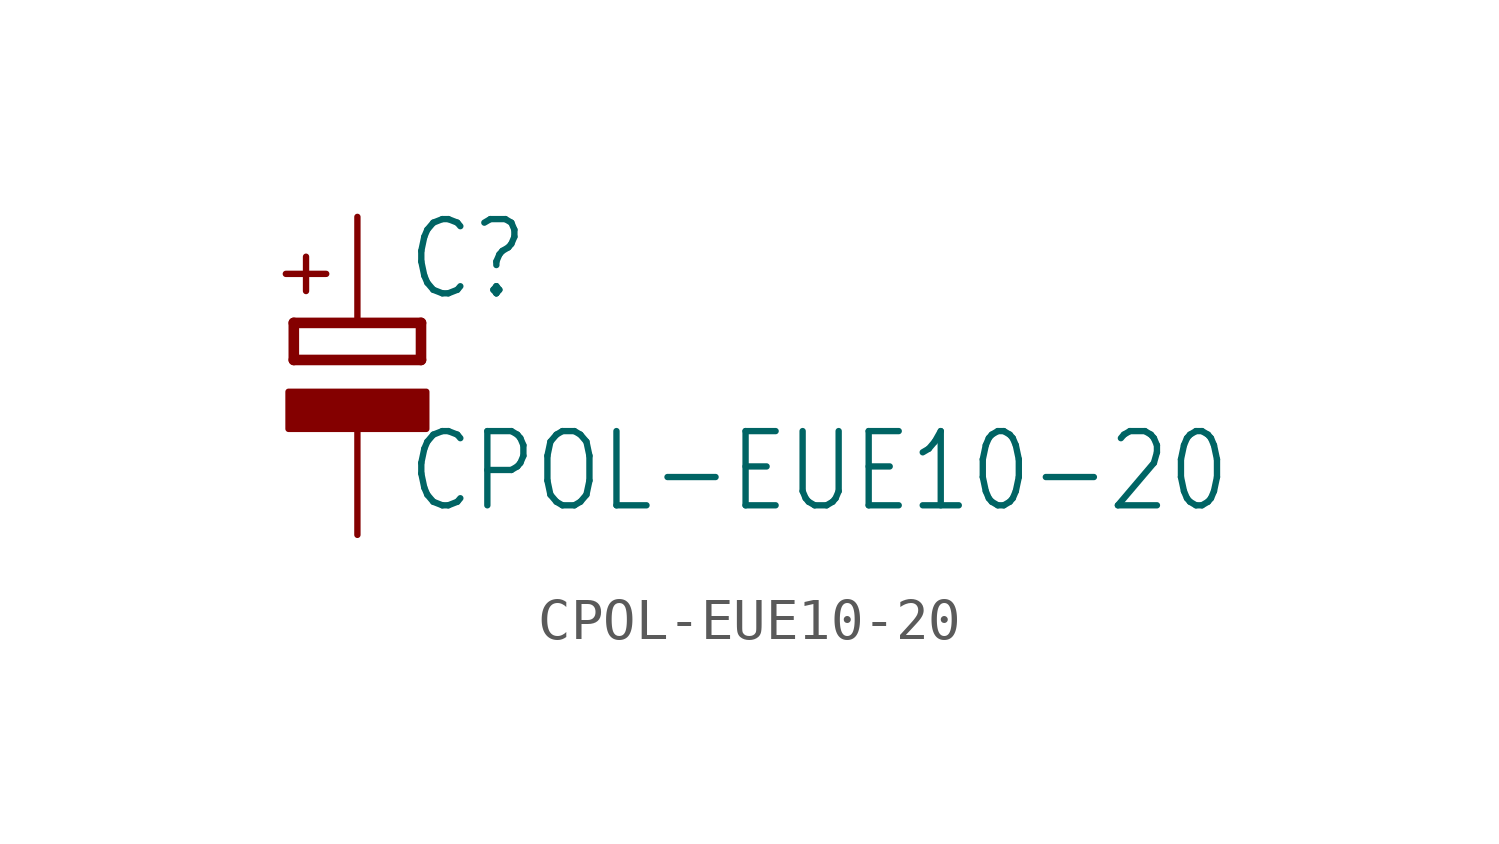
<source format=kicad_sym>
(kicad_symbol_lib
  (version 20210619)
  (generator kicad_symbol_editor)
  (symbol "CPOL-EUE10-20"
    (property "Reference" "C"
      (at 1.143 0.483 0)
      (effects (font (size 1.778 1.511)) (justify left bottom)))
    (property "Value" "CPOL-EUE10-20"
      (at 1.143 -4.597 0)
      (effects (font (size 1.778 1.511)) (justify left bottom)))
    (property "ki_locked" ""
      (at 0 0 0)
      (effects (font (size 1.27 1.27))))
    (symbol "CPOL-EUE10-20_1_0"
      (text "+" (at -0.584 0.406 900) (effects (font (size 1.27 1.079)) (justify left bottom)))
      (rectangle (start -1.651 -2.54) (end 1.651 -1.651) (stroke (width 0)) (fill (type outline)))
      (polyline (pts (xy -1.524 -0.889) (xy 1.524 -0.889)) (stroke (width 0.254)) (fill (type none)))
      (polyline (pts (xy -1.524 0) (xy -1.524 -0.889)) (stroke (width 0.254)) (fill (type none)))
      (polyline (pts (xy -1.524 0) (xy 1.524 0)) (stroke (width 0.254)) (fill (type none)))
      (polyline (pts (xy 1.524 -0.889) (xy 1.524 0)) (stroke (width 0.254)) (fill (type none)))
      (pin passive line (at 0 2.54 270) (length 2.54) (name "+" (effects (font (size 0 0)))) (number "+" (effects (font (size 0 0)))))
      (pin passive line (at 0 -5.08 90) (length 2.54) (name "-" (effects (font (size 0 0)))) (number "-" (effects (font (size 0 0))))))))
</source>
